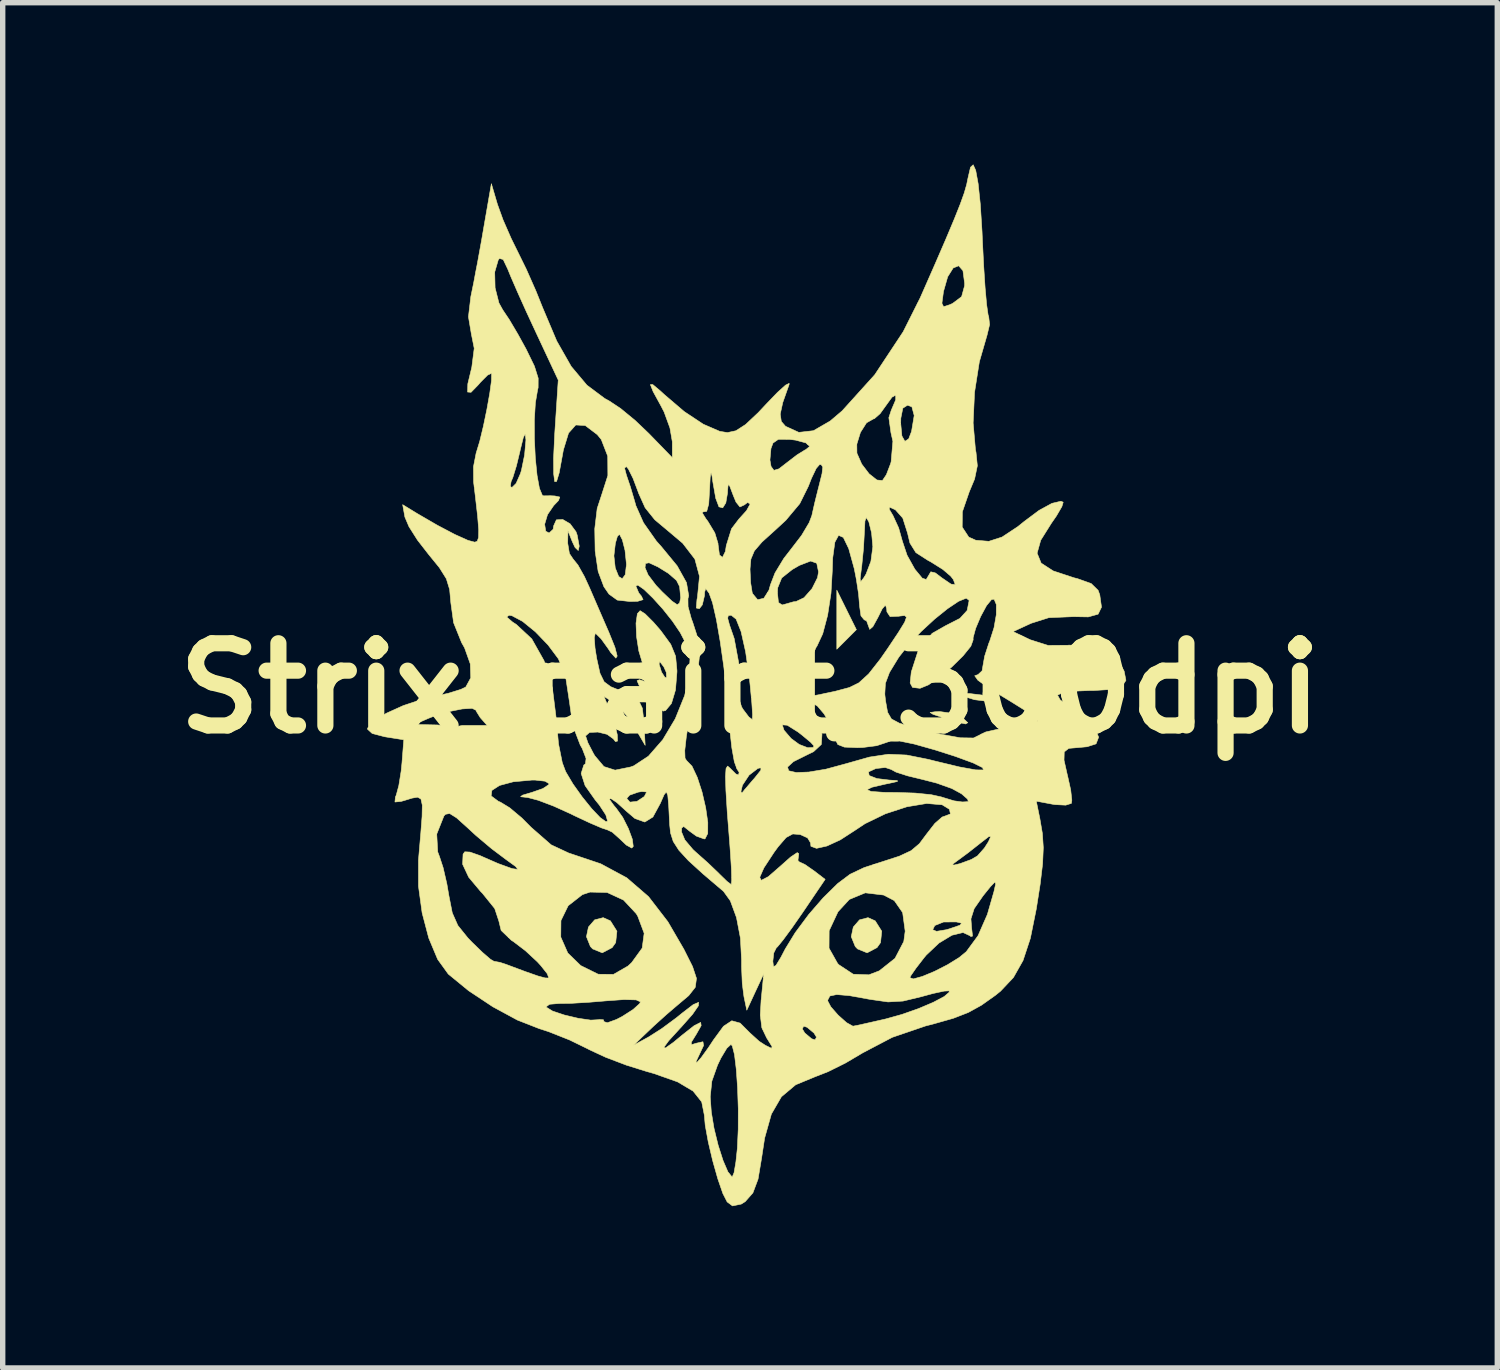
<source format=kicad_pcb>
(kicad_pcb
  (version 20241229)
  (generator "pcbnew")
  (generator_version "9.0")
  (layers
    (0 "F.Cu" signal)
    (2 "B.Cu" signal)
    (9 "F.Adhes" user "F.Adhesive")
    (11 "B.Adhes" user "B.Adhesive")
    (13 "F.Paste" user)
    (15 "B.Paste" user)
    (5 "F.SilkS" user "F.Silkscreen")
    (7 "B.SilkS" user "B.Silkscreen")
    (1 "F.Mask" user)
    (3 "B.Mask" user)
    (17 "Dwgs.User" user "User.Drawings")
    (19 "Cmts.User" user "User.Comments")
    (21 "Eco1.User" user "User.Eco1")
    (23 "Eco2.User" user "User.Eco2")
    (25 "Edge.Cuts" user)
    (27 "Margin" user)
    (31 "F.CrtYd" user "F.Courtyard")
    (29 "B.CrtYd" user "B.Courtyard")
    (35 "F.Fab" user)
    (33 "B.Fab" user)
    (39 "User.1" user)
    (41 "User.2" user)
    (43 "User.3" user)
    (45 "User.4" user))
  (footprint "Strix_paint_300dpi"
    (layer "F.Cu")
    (at 10.857 9.712)
    (property "Reference" "Strix_paint_300dpi" (at 0 0 0) (layer "F.SilkS") (effects (font (size 1.524 1.524) (thickness 0.3))))
    (attr through_hole board_only exclude_from_pos_files exclude_from_bom allow_missing_courtyard)
    (fp_poly (pts (xy 1.79 -1.454) (xy 1.972 -1.087) (xy 1.609 -0.724) (xy 1.609 -1.272) (xy 1.609 -1.82) (xy 1.79 -1.454)) (stroke (width 0.01) (type solid)) (fill yes) (layer "F.SilkS"))
    (fp_poly (pts (xy 3.762 0.466) (xy 3.942 0.548) (xy 4.038 0.638) (xy 3.997 0.662) (xy 3.81 0.619) (xy 3.598 0.553) (xy 3.393 0.483) (xy 3.339 0.449) (xy 3.425 0.436) (xy 3.519 0.432) (xy 3.762 0.466)) (stroke (width 0.01) (type solid)) (fill yes) (layer "F.SilkS"))
    (fp_poly (pts (xy 4.304 0.126) (xy 4.445 0.169) (xy 4.551 0.222) (xy 4.505 0.24) (xy 4.403 0.242) (xy 4.163 0.212) (xy 4.022 0.169) (xy 3.915 0.116) (xy 3.961 0.098) (xy 4.064 0.097) (xy 4.304 0.126)) (stroke (width 0.01) (type solid)) (fill yes) (layer "F.SilkS"))
    (fp_poly (pts (xy -2.589 4.312) (xy -2.468 4.504) (xy -2.491 4.716) (xy -2.557 4.809) (xy -2.74 4.905) (xy -2.917 4.833) (xy -2.96 4.788) (xy -3.033 4.606) (xy -2.996 4.427) (xy -2.881 4.294) (xy -2.722 4.253) (xy -2.589 4.312)) (stroke (width 0.01) (type solid)) (fill yes) (layer "F.SilkS"))
    (fp_poly (pts (xy 2.321 4.312) (xy 2.442 4.504) (xy 2.42 4.716) (xy 2.354 4.809) (xy 2.171 4.905) (xy 1.994 4.833) (xy 1.951 4.788) (xy 1.877 4.606) (xy 1.915 4.427) (xy 2.03 4.294) (xy 2.188 4.253) (xy 2.321 4.312)) (stroke (width 0.01) (type solid)) (fill yes) (layer "F.SilkS"))
    (fp_poly (pts (xy -1.945 -1.379) (xy -1.788 -1.222) (xy -1.657 -1.071) (xy -1.47 -0.815) (xy -1.38 -0.595) (xy -1.355 -0.33) (xy -1.355 -0.303) (xy -1.382 0.032) (xy -1.457 0.282) (xy -1.566 0.413) (xy -1.612 0.423) (xy -1.684 0.355) (xy -1.693 0.296) (xy -1.76 0.184) (xy -1.817 0.169) (xy -1.95 0.102) (xy -2.039 -0.013) (xy -2.095 -0.141) (xy -2.049 -0.159) (xy -2 -0.142) (xy -1.902 -0.111) (xy -1.873 -0.139) (xy -1.911 -0.262) (xy -1.989 -0.451) (xy -1.687 -0.451) (xy -1.641 -0.3) (xy -1.578 -0.202) (xy -1.548 -0.202) (xy -1.553 -0.296) (xy -1.598 -0.396) (xy -1.673 -0.495) (xy -1.687 -0.451) (xy -1.989 -0.451) (xy -1.99 -0.453) (xy -2.062 -0.691) (xy -2.104 -0.959) (xy -2.114 -1.206) (xy -2.089 -1.383) (xy -2.038 -1.439) (xy -1.945 -1.379)) (stroke (width 0.01) (type solid)) (fill yes) (layer "F.SilkS"))
    (fp_poly (pts (xy 4.185 -9.602) (xy 4.23 -9.355) (xy 4.27 -8.973) (xy 4.302 -8.467) (xy 4.31 -8.281) (xy 4.333 -7.825) (xy 4.359 -7.425) (xy 4.387 -7.115) (xy 4.414 -6.926) (xy 4.426 -6.886) (xy 4.442 -6.743) (xy 4.395 -6.548) (xy 4.252 -6.054) (xy 4.163 -5.487) (xy 4.137 -4.919) (xy 4.18 -4.423) (xy 4.19 -4.376) (xy 4.215 -4.126) (xy 4.164 -3.88) (xy 4.065 -3.643) (xy 3.937 -3.272) (xy 3.934 -2.989) (xy 4.056 -2.803) (xy 4.186 -2.745) (xy 4.428 -2.725) (xy 4.673 -2.804) (xy 4.965 -2.997) (xy 5.08 -3.09) (xy 5.358 -3.298) (xy 5.598 -3.429) (xy 5.764 -3.468) (xy 5.807 -3.45) (xy 5.782 -3.368) (xy 5.681 -3.195) (xy 5.589 -3.062) (xy 5.39 -2.745) (xy 5.323 -2.505) (xy 5.398 -2.321) (xy 5.622 -2.176) (xy 6.006 -2.049) (xy 6.074 -2.032) (xy 6.326 -1.942) (xy 6.454 -1.817) (xy 6.485 -1.733) (xy 6.517 -1.504) (xy 6.454 -1.374) (xy 6.271 -1.323) (xy 5.998 -1.328) (xy 5.54 -1.309) (xy 5.212 -1.205) (xy 4.878 -1.051) (xy 5.197 -0.899) (xy 5.526 -0.795) (xy 5.894 -0.798) (xy 5.912 -0.8) (xy 6.294 -0.788) (xy 6.627 -0.663) (xy 6.868 -0.445) (xy 6.937 -0.317) (xy 6.97 -0.147) (xy 6.899 -0.038) (xy 6.705 0.021) (xy 6.366 0.042) (xy 6.29 0.042) (xy 6.002 0.054) (xy 5.79 0.085) (xy 5.702 0.127) (xy 5.751 0.215) (xy 5.909 0.335) (xy 5.988 0.381) (xy 6.226 0.546) (xy 6.392 0.734) (xy 6.464 0.907) (xy 6.417 1.028) (xy 6.409 1.033) (xy 6.25 1.084) (xy 6.089 1.099) (xy 5.91 1.114) (xy 5.826 1.18) (xy 5.822 1.333) (xy 5.884 1.609) (xy 5.889 1.628) (xy 5.946 1.885) (xy 5.967 2.075) (xy 5.959 2.134) (xy 5.854 2.167) (xy 5.654 2.157) (xy 5.611 2.15) (xy 5.308 2.093) (xy 5.375 2.422) (xy 5.421 2.693) (xy 5.438 2.955) (xy 5.425 3.253) (xy 5.38 3.631) (xy 5.308 4.091) (xy 5.198 4.636) (xy 5.062 5.048) (xy 4.884 5.363) (xy 4.645 5.616) (xy 4.55 5.693) (xy 4.289 5.878) (xy 4.048 6.011) (xy 3.77 6.119) (xy 3.4 6.224) (xy 3.256 6.261) (xy 2.638 6.472) (xy 2.091 6.759) (xy 1.771 6.948) (xy 1.447 7.109) (xy 1.204 7.204) (xy 0.846 7.352) (xy 0.582 7.574) (xy 0.396 7.895) (xy 0.271 8.339) (xy 0.214 8.714) (xy 0.149 9.101) (xy 0.053 9.357) (xy -0.089 9.518) (xy -0.162 9.564) (xy -0.325 9.598) (xy -0.424 9.524) (xy -0.504 9.367) (xy -0.598 9.094) (xy -0.693 8.758) (xy -0.775 8.41) (xy -0.831 8.102) (xy -0.847 7.916) (xy -0.896 7.67) (xy -0.972 7.574) (xy -0.738 7.574) (xy -0.718 7.857) (xy -0.668 8.158) (xy -0.591 8.473) (xy -0.5 8.757) (xy -0.41 8.966) (xy -0.336 9.058) (xy -0.329 9.059) (xy -0.296 8.982) (xy -0.262 8.782) (xy -0.235 8.53) (xy -0.219 8.18) (xy -0.218 7.795) (xy -0.231 7.411) (xy -0.255 7.065) (xy -0.288 6.793) (xy -0.329 6.632) (xy -0.354 6.604) (xy -0.431 6.675) (xy -0.539 6.855) (xy -0.603 6.989) (xy -0.708 7.285) (xy -0.738 7.574) (xy -0.972 7.574) (xy -1.056 7.469) (xy -1.344 7.298) (xy -1.78 7.144) (xy -1.905 7.109) (xy -2.293 6.988) (xy -2.679 6.841) (xy -2.985 6.699) (xy -3.006 6.687) (xy -3.346 6.521) (xy -3.732 6.368) (xy -3.911 6.31) (xy -4.314 6.152) (xy -4.77 5.905) (xy -3.779 5.905) (xy -3.775 5.915) (xy -3.662 5.985) (xy -3.444 6.058) (xy -3.187 6.119) (xy -2.953 6.153) (xy -2.806 6.145) (xy -2.798 6.141) (xy -2.717 6.147) (xy -2.709 6.181) (xy -2.645 6.202) (xy -2.477 6.141) (xy -2.371 6.086) (xy -2.168 5.956) (xy -2.047 5.847) (xy -2.032 5.814) (xy -2.112 5.778) (xy -2.335 5.772) (xy -2.646 5.794) (xy -2.997 5.823) (xy -3.321 5.842) (xy -3.542 5.845) (xy -3.717 5.859) (xy -3.779 5.905) (xy -4.77 5.905) (xy -4.77 5.905) (xy -5.218 5.608) (xy -5.595 5.299) (xy -5.792 5.026) (xy -5.957 4.632) (xy -6.08 4.164) (xy -6.148 3.667) (xy -6.148 3.189) (xy -6.107 2.71) (xy -6.106 2.703) (xy -5.809 2.703) (xy -5.791 3.034) (xy -5.759 3.118) (xy -5.69 3.328) (xy -5.621 3.628) (xy -5.584 3.844) (xy -5.521 4.164) (xy -5.417 4.399) (xy -5.231 4.63) (xy -5.156 4.708) (xy -4.959 4.899) (xy -4.81 5.027) (xy -4.749 5.062) (xy -4.638 5.082) (xy -4.53 5.117) (xy -4.166 5.253) (xy -3.932 5.335) (xy -3.799 5.371) (xy -3.739 5.372) (xy -3.732 5.367) (xy -3.761 5.291) (xy -3.88 5.141) (xy -3.943 5.072) (xy -4.164 4.867) (xy -4.388 4.696) (xy -4.424 4.674) (xy -4.487 4.613) (xy -3.509 4.613) (xy -3.379 4.909) (xy -3.139 5.142) (xy -2.815 5.302) (xy -2.532 5.305) (xy -2.263 5.15) (xy -2.195 5.087) (xy -2 4.818) (xy -1.963 4.543) (xy -2.081 4.228) (xy -2.11 4.179) (xy -2.345 3.927) (xy -2.648 3.787) (xy -2.966 3.779) (xy -3.108 3.826) (xy -3.372 4.032) (xy -3.506 4.307) (xy -3.509 4.613) (xy -4.487 4.613) (xy -4.615 4.49) (xy -4.657 4.317) (xy -4.734 4.084) (xy -4.963 3.8) (xy -4.995 3.768) (xy -5.216 3.504) (xy -5.329 3.263) (xy -5.321 3.076) (xy -5.289 3.032) (xy -5.193 3.037) (xy -5.005 3.103) (xy -4.929 3.137) (xy -4.67 3.25) (xy -4.436 3.335) (xy -4.403 3.345) (xy -4.308 3.358) (xy -4.344 3.306) (xy -4.519 3.179) (xy -4.53 3.171) (xy -4.792 2.974) (xy -5.085 2.727) (xy -5.231 2.592) (xy -5.442 2.402) (xy -5.57 2.322) (xy -5.649 2.337) (xy -5.677 2.371) (xy -5.809 2.703) (xy -6.106 2.703) (xy -6.081 2.377) (xy -6.077 2.166) (xy -6.102 2.054) (xy -6.163 2.019) (xy -6.267 2.037) (xy -6.42 2.084) (xy -6.47 2.098) (xy -6.584 2.109) (xy -6.575 2.015) (xy -6.566 1.996) (xy -4.8 1.996) (xy -4.666 2.096) (xy -4.627 2.112) (xy -4.455 2.217) (xy -4.23 2.406) (xy -4.059 2.578) (xy -3.687 2.903) (xy -3.364 3.054) (xy -2.769 3.254) (xy -2.286 3.514) (xy -1.882 3.863) (xy -1.523 4.329) (xy -1.227 4.838) (xy -1.066 5.159) (xy -0.993 5.379) (xy -1.015 5.544) (xy -1.137 5.699) (xy -1.355 5.883) (xy -1.549 6.049) (xy -1.784 6.261) (xy -1.863 6.336) (xy -2.159 6.618) (xy -1.876 6.463) (xy -1.636 6.31) (xy -1.363 6.108) (xy -1.262 6.026) (xy -1.054 5.866) (xy -0.953 5.823) (xy -0.957 5.887) (xy -1.065 6.044) (xy -1.276 6.283) (xy -1.298 6.306) (xy -1.508 6.536) (xy -1.598 6.659) (xy -1.568 6.67) (xy -1.42 6.565) (xy -1.267 6.438) (xy -1.036 6.256) (xy -0.915 6.195) (xy -0.906 6.255) (xy -0.993 6.409) (xy -1.088 6.563) (xy -1.087 6.609) (xy -0.995 6.581) (xy -0.873 6.554) (xy -0.861 6.623) (xy -0.934 6.779) (xy -1.001 6.922) (xy -0.987 6.94) (xy -0.905 6.848) (xy -0.769 6.659) (xy -0.678 6.521) (xy -0.492 6.267) (xy -0.338 6.165) (xy -0.184 6.208) (xy -0.001 6.391) (xy -0.000001 6.392) (xy 0.17 6.546) (xy 0.286 6.621) (xy 0.399 6.676) (xy 0.409 6.645) (xy 0.321 6.502) (xy 0.309 6.484) (xy 0.229 6.316) (xy 0.969 6.316) (xy 1.016 6.392) (xy 1.143 6.499) (xy 1.206 6.519) (xy 1.232 6.468) (xy 1.185 6.392) (xy 1.058 6.286) (xy 0.995 6.265) (xy 0.969 6.316) (xy 0.229 6.316) (xy 0.219 6.295) (xy 0.19 6.06) (xy 0.205 5.794) (xy 1.439 5.794) (xy 1.498 5.906) (xy 1.634 6.061) (xy 1.79 6.2) (xy 1.907 6.265) (xy 1.911 6.265) (xy 2 6.248) (xy 2.21 6.201) (xy 2.496 6.136) (xy 2.514 6.132) (xy 2.818 6.047) (xy 3.125 5.939) (xy 3.398 5.823) (xy 3.6 5.716) (xy 3.694 5.635) (xy 3.691 5.61) (xy 3.599 5.615) (xy 3.394 5.659) (xy 3.173 5.719) (xy 2.837 5.8) (xy 2.558 5.816) (xy 2.236 5.77) (xy 2.218 5.767) (xy 1.843 5.699) (xy 1.606 5.679) (xy 1.48 5.706) (xy 1.44 5.783) (xy 1.439 5.794) (xy 0.205 5.794) (xy 0.207 5.773) (xy 0.247 5.366) (xy 2.963 5.366) (xy 3.028 5.389) (xy 3.195 5.343) (xy 3.421 5.249) (xy 3.662 5.126) (xy 3.876 4.994) (xy 4.01 4.884) (xy 4.228 4.587) (xy 4.401 4.193) (xy 4.523 3.769) (xy 4.555 3.626) (xy 4.54 3.593) (xy 4.458 3.678) (xy 4.321 3.848) (xy 4.156 4.086) (xy 4.096 4.275) (xy 4.108 4.44) (xy 4.126 4.595) (xy 4.093 4.604) (xy 4.085 4.592) (xy 3.95 4.529) (xy 3.744 4.579) (xy 3.504 4.724) (xy 3.268 4.947) (xy 3.228 4.995) (xy 3.076 5.192) (xy 2.98 5.331) (xy 2.963 5.366) (xy 0.247 5.366) (xy 0.255 5.292) (xy 0.097 5.63) (xy -0.06 5.969) (xy -0.113 5.715) (xy -0.144 5.474) (xy -0.157 5.164) (xy -0.157 5.038) (xy -0.178 4.633) (xy -0.251 4.251) (xy -0.365 3.941) (xy -0.491 3.766) (xy -0.874 3.44) (xy -1.144 3.194) (xy -1.32 3.002) (xy -1.424 2.84) (xy -1.474 2.682) (xy -1.49 2.529) (xy -1.508 2.181) (xy -1.525 1.985) (xy -1.551 1.921) (xy -1.593 1.973) (xy -1.658 2.121) (xy -1.662 2.131) (xy -1.801 2.387) (xy -1.951 2.48) (xy -2.134 2.415) (xy -2.289 2.283) (xy -2.471 2.118) (xy -2.584 2.042) (xy -2.286 2.042) (xy -2.227 2.111) (xy -2.096 2.097) (xy -1.963 2.009) (xy -1.957 2.001) (xy -1.916 1.923) (xy -2.005 1.915) (xy -2.074 1.926) (xy -2.233 1.982) (xy -2.286 2.042) (xy -2.584 2.042) (xy -2.584 2.042) (xy -2.607 2.059) (xy -2.523 2.175) (xy -2.482 2.223) (xy -2.361 2.392) (xy -2.256 2.6) (xy -2.183 2.797) (xy -2.165 2.932) (xy -2.193 2.963) (xy -2.294 2.907) (xy -2.413 2.794) (xy -2.554 2.668) (xy -2.645 2.625) (xy -2.754 2.589) (xy -2.971 2.496) (xy -3.255 2.363) (xy -3.325 2.328) (xy -3.641 2.185) (xy -3.926 2.077) (xy -4.123 2.025) (xy -4.144 2.023) (xy -4.254 2.011) (xy -4.219 1.982) (xy -4.043 1.93) (xy -3.84 1.859) (xy -3.731 1.786) (xy -3.725 1.77) (xy -3.8 1.723) (xy -3.985 1.702) (xy -4.043 1.702) (xy -4.391 1.734) (xy -4.645 1.802) (xy -4.787 1.894) (xy -4.8 1.996) (xy -6.566 1.996) (xy -6.56 1.982) (xy -6.512 1.804) (xy -6.469 1.536) (xy -6.454 1.388) (xy -6.42 0.955) (xy -6.773 0.899) (xy -7.006 0.838) (xy -7.093 0.758) (xy -7.091 0.739) (xy -7.032 0.671) (xy -6.223 0.671) (xy -5.8 0.68) (xy -5.478 0.711) (xy -5.171 0.774) (xy -5.08 0.804) (xy -4.824 0.896) (xy -4.711 0.911) (xy -4.729 0.847) (xy -4.857 0.708) (xy -5.003 0.543) (xy -5.078 0.422) (xy -5.08 0.408) (xy -5.152 0.372) (xy -5.336 0.383) (xy -5.585 0.433) (xy -5.85 0.513) (xy -5.969 0.56) (xy -6.223 0.671) (xy -7.032 0.671) (xy -6.978 0.609) (xy -6.743 0.463) (xy -6.429 0.321) (xy -6.08 0.205) (xy -5.873 0.156) (xy -5.588 0.091) (xy -5.363 0.021) (xy -5.271 -0.023) (xy -5.178 -0.194) (xy -5.187 -0.452) (xy -5.293 -0.75) (xy -5.348 -0.847) (xy -5.497 -1.217) (xy -5.511 -1.321) (xy -4.511 -1.321) (xy -4.403 -1.228) (xy -4.333 -1.183) (xy -4.047 -0.916) (xy -3.82 -0.513) (xy -3.664 -0.002) (xy -3.59 0.59) (xy -3.59 0.602) (xy -3.551 1.031) (xy -3.481 1.38) (xy -3.419 1.545) (xy -3.283 1.774) (xy -3.112 2.014) (xy -2.935 2.233) (xy -2.779 2.397) (xy -2.672 2.474) (xy -2.641 2.463) (xy -2.674 2.348) (xy -2.793 2.166) (xy -2.871 2.07) (xy -3.058 1.805) (xy -3.131 1.579) (xy -3.082 1.423) (xy -3.052 1.4) (xy -3.04 1.302) (xy -3.111 1.117) (xy -3.148 1.052) (xy -3.286 0.692) (xy -3.349 0.248) (xy -3.422 -0.233) (xy -3.553 -0.546) (xy -3.745 -0.803) (xy -3.98 -1.047) (xy -4.217 -1.24) (xy -4.414 -1.345) (xy -4.469 -1.354) (xy -4.511 -1.321) (xy -5.511 -1.321) (xy -5.547 -1.581) (xy -5.57 -1.832) (xy -5.631 -2.031) (xy -5.76 -2.237) (xy -5.961 -2.484) (xy -6.167 -2.749) (xy -6.324 -2.997) (xy -6.4 -3.176) (xy -6.4 -3.177) (xy -6.441 -3.405) (xy -6.163 -3.235) (xy -5.796 -3.022) (xy -5.473 -2.852) (xy -5.228 -2.742) (xy -5.104 -2.709) (xy -5.058 -2.726) (xy -5.034 -2.795) (xy -5.031 -2.94) (xy -5.051 -3.188) (xy -5.094 -3.564) (xy -5.115 -3.739) (xy -4.445 -3.739) (xy -4.412 -3.725) (xy -4.337 -3.799) (xy -4.257 -3.981) (xy -4.238 -4.043) (xy -4.18 -4.327) (xy -4.156 -4.594) (xy -4.156 -4.614) (xy -4.17 -4.712) (xy -4.203 -4.652) (xy -4.258 -4.431) (xy -4.264 -4.403) (xy -4.331 -4.126) (xy -4.397 -3.911) (xy -4.431 -3.831) (xy -4.445 -3.739) (xy -5.115 -3.739) (xy -5.126 -3.825) (xy -5.128 -4.107) (xy -5.078 -4.364) (xy -5.074 -4.375) (xy -5.012 -4.579) (xy -4.944 -4.86) (xy -4.879 -5.173) (xy -4.826 -5.47) (xy -4.794 -5.704) (xy -4.792 -5.831) (xy -4.796 -5.839) (xy -4.867 -5.806) (xy -4.997 -5.675) (xy -5.038 -5.627) (xy -5.173 -5.488) (xy -5.237 -5.493) (xy -5.233 -5.644) (xy -5.16 -5.948) (xy -5.159 -5.952) (xy -5.114 -6.303) (xy -5.167 -6.568) (xy -5.221 -6.888) (xy -5.177 -7.262) (xy -5.123 -7.524) (xy -5.087 -7.718) (xy -4.734 -7.718) (xy -4.727 -7.425) (xy -4.656 -7.145) (xy -4.586 -7.018) (xy -4.466 -6.839) (xy -4.306 -6.569) (xy -4.152 -6.289) (xy -3.998 -5.973) (xy -3.928 -5.75) (xy -3.929 -5.574) (xy -3.94 -5.527) (xy -3.98 -5.292) (xy -3.999 -4.978) (xy -3.998 -4.624) (xy -3.981 -4.268) (xy -3.949 -3.949) (xy -3.905 -3.707) (xy -3.851 -3.578) (xy -3.826 -3.568) (xy -3.699 -3.57) (xy -3.619 -3.566) (xy -3.527 -3.546) (xy -3.551 -3.481) (xy -3.641 -3.387) (xy -3.755 -3.22) (xy -3.808 -3.042) (xy -3.788 -2.912) (xy -3.725 -2.879) (xy -3.651 -2.948) (xy -3.641 -3.012) (xy -3.591 -3.123) (xy -3.473 -3.13) (xy -3.336 -3.05) (xy -3.227 -2.903) (xy -3.205 -2.841) (xy -3.167 -2.636) (xy -3.185 -2.554) (xy -3.245 -2.612) (xy -3.295 -2.718) (xy -3.376 -2.921) (xy -3.381 -2.692) (xy -3.349 -2.499) (xy -3.28 -2.396) (xy -3.191 -2.286) (xy -3.07 -2.07) (xy -2.975 -1.863) (xy -2.831 -1.53) (xy -2.685 -1.193) (xy -2.616 -1.035) (xy -2.505 -0.76) (xy -2.463 -0.597) (xy -2.488 -0.559) (xy -2.58 -0.659) (xy -2.634 -0.741) (xy -2.761 -0.917) (xy -2.856 -1.011) (xy -2.869 -1.016) (xy -2.888 -0.941) (xy -2.874 -0.747) (xy -2.843 -0.553) (xy -2.782 -0.278) (xy -2.705 -0.12) (xy -2.582 -0.029) (xy -2.501 0.004) (xy -2.223 0.115) (xy -2.068 0.222) (xy -1.996 0.37) (xy -1.969 0.607) (xy -1.967 0.644) (xy -1.944 1.058) (xy -2.136 0.729) (xy -2.299 0.494) (xy -2.472 0.309) (xy -2.519 0.274) (xy -2.709 0.149) (xy -2.582 0.453) (xy -2.504 0.675) (xy -2.461 0.863) (xy -2.457 0.979) (xy -2.496 0.988) (xy -2.534 0.938) (xy -2.65 0.854) (xy -2.821 0.812) (xy -2.976 0.819) (xy -3.048 0.882) (xy -3.048 0.886) (xy -3.006 1.011) (xy -2.905 1.206) (xy -2.88 1.249) (xy -2.709 1.452) (xy -2.502 1.518) (xy -2.217 1.46) (xy -2.156 1.438) (xy -1.884 1.259) (xy -1.618 0.954) (xy -1.386 0.565) (xy -1.212 0.134) (xy -1.127 -0.255) (xy -1.113 -0.553) (xy -1.17 -0.793) (xy -1.294 -1.032) (xy -1.437 -1.243) (xy -1.615 -1.467) (xy -1.801 -1.673) (xy -1.965 -1.832) (xy -2.08 -1.913) (xy -2.117 -1.896) (xy -2.063 -1.768) (xy -2.015 -1.71) (xy -1.983 -1.643) (xy -2.082 -1.613) (xy -2.228 -1.609) (xy -2.461 -1.635) (xy -2.615 -1.746) (xy -2.71 -1.884) (xy -2.816 -2.166) (xy -2.859 -2.456) (xy -2.524 -2.456) (xy -2.499 -2.231) (xy -2.435 -2.072) (xy -2.369 -2.032) (xy -2.314 -2.106) (xy -2.298 -2.237) (xy -1.947 -2.237) (xy -1.89 -2.103) (xy -1.744 -1.91) (xy -1.631 -1.791) (xy -1.447 -1.616) (xy -1.349 -1.549) (xy -1.306 -1.582) (xy -1.286 -1.677) (xy -1.306 -1.886) (xy -1.363 -2) (xy -1.514 -2.131) (xy -1.708 -2.251) (xy -1.873 -2.327) (xy -1.938 -2.314) (xy -1.947 -2.237) (xy -2.298 -2.237) (xy -2.292 -2.286) (xy -2.292 -2.307) (xy -2.318 -2.558) (xy -2.367 -2.752) (xy -2.42 -2.855) (xy -2.459 -2.818) (xy -2.497 -2.688) (xy -2.524 -2.456) (xy -2.859 -2.456) (xy -2.872 -2.545) (xy -2.879 -2.957) (xy -2.834 -3.334) (xy -2.751 -3.587) (xy -2.636 -3.945) (xy -2.637 -4.085) (xy -2.327 -4.085) (xy -2.292 -3.952) (xy -2.219 -3.737) (xy -2.137 -3.46) (xy -2.117 -3.387) (xy -1.976 -3.07) (xy -1.736 -2.729) (xy -1.649 -2.632) (xy -1.351 -2.27) (xy -1.178 -1.959) (xy -1.137 -1.716) (xy -1.151 -1.662) (xy -1.149 -1.513) (xy -1.088 -1.29) (xy -1.064 -1.227) (xy -0.965 -0.921) (xy -0.937 -0.606) (xy -0.977 -0.222) (xy -1.013 -0.028) (xy -1.116 0.508) (xy -1.181 0.896) (xy -1.21 1.153) (xy -1.205 1.296) (xy -1.176 1.341) (xy -1.076 1.444) (xy -0.978 1.652) (xy -0.89 1.923) (xy -0.822 2.216) (xy -0.783 2.486) (xy -0.784 2.692) (xy -0.834 2.791) (xy -0.85 2.794) (xy -0.995 2.741) (xy -1.115 2.654) (xy -1.23 2.562) (xy -1.267 2.59) (xy -1.27 2.664) (xy -1.209 2.811) (xy -1.058 2.99) (xy -1.007 3.037) (xy -0.784 3.235) (xy -0.583 3.427) (xy -0.562 3.449) (xy -0.426 3.581) (xy -0.348 3.639) (xy -0.348 3.639) (xy -0.34 3.562) (xy -0.341 3.505) (xy 0.18 3.505) (xy 0.208 3.561) (xy 0.339 3.493) (xy 0.563 3.298) (xy 0.752 3.13) (xy 0.875 3.047) (xy 0.905 3.067) (xy 0.904 3.069) (xy 0.888 3.193) (xy 0.913 3.219) (xy 1.017 3.267) (xy 1.181 3.381) (xy 1.183 3.382) (xy 1.393 3.543) (xy 0.972 4.164) (xy 0.777 4.444) (xy 0.614 4.665) (xy 0.509 4.794) (xy 0.488 4.812) (xy 0.44 4.908) (xy 0.423 5.062) (xy 0.435 5.16) (xy 0.48 5.14) (xy 0.572 4.989) (xy 0.656 4.828) (xy 0.662 4.819) (xy 1.465 4.819) (xy 1.624 5.102) (xy 1.647 5.126) (xy 1.914 5.302) (xy 2.204 5.313) (xy 2.397 5.239) (xy 2.688 5.008) (xy 2.851 4.695) (xy 2.877 4.503) (xy 2.873 4.477) (xy 3.387 4.477) (xy 3.458 4.507) (xy 3.644 4.476) (xy 3.704 4.458) (xy 3.89 4.394) (xy 3.926 4.357) (xy 3.825 4.332) (xy 3.825 4.332) (xy 3.587 4.334) (xy 3.426 4.399) (xy 3.387 4.477) (xy 2.873 4.477) (xy 2.83 4.16) (xy 2.675 3.937) (xy 2.478 3.834) (xy 2.137 3.793) (xy 1.842 3.915) (xy 1.631 4.144) (xy 1.467 4.495) (xy 1.465 4.819) (xy 0.662 4.819) (xy 0.837 4.533) (xy 1.088 4.195) (xy 1.354 3.888) (xy 1.355 3.887) (xy 1.624 3.622) (xy 1.854 3.449) (xy 2.113 3.326) (xy 2.28 3.271) (xy 3.744 3.271) (xy 3.787 3.277) (xy 3.895 3.251) (xy 4.102 3.175) (xy 4.217 3.108) (xy 4.346 2.962) (xy 4.42 2.846) (xy 4.464 2.748) (xy 4.426 2.751) (xy 4.283 2.861) (xy 4.257 2.882) (xy 4.045 3.049) (xy 3.861 3.185) (xy 3.843 3.198) (xy 3.744 3.271) (xy 2.28 3.271) (xy 2.436 3.221) (xy 2.769 3.113) (xy 2.987 3.011) (xy 3.14 2.882) (xy 3.272 2.705) (xy 3.426 2.507) (xy 3.563 2.387) (xy 3.61 2.371) (xy 3.716 2.33) (xy 3.697 2.243) (xy 3.565 2.162) (xy 3.559 2.16) (xy 3.276 2.136) (xy 2.909 2.197) (xy 2.511 2.327) (xy 2.133 2.51) (xy 1.945 2.635) (xy 1.673 2.811) (xy 1.425 2.925) (xy 1.233 2.968) (xy 1.129 2.93) (xy 1.122 2.865) (xy 1.067 2.774) (xy 0.931 2.712) (xy 0.793 2.701) (xy 0.67 2.767) (xy 0.521 2.939) (xy 0.445 3.043) (xy 0.257 3.33) (xy 0.18 3.505) (xy -0.341 3.505) (xy -0.345 3.353) (xy -0.364 3.049) (xy -0.378 2.857) (xy -0.422 2.304) (xy -0.446 1.914) (xy -0.169 1.914) (xy -0.15 1.943) (xy -0.148 1.94) (xy -0.101 1.881) (xy 2.17 1.881) (xy 2.245 1.913) (xy 2.486 1.93) (xy 2.722 1.932) (xy 3.061 1.943) (xy 3.359 1.973) (xy 3.553 2.016) (xy 3.556 2.018) (xy 3.783 2.087) (xy 3.937 2.108) (xy 4.048 2.102) (xy 4.034 2.055) (xy 3.922 1.957) (xy 3.743 1.859) (xy 3.463 1.759) (xy 3.203 1.692) (xy 2.919 1.623) (xy 2.706 1.554) (xy 2.617 1.505) (xy 2.507 1.469) (xy 2.333 1.488) (xy 2.197 1.55) (xy 2.209 1.618) (xy 2.352 1.674) (xy 2.582 1.702) (xy 2.731 1.711) (xy 2.733 1.728) (xy 2.579 1.763) (xy 2.518 1.775) (xy 2.26 1.835) (xy 2.17 1.881) (xy -0.101 1.881) (xy -0.083 1.86) (xy 0.049 1.705) (xy 0.083 1.667) (xy 0.201 1.519) (xy 0.201 1.472) (xy 0.144 1.487) (xy -0.017 1.61) (xy -0.141 1.798) (xy -0.169 1.914) (xy -0.446 1.914) (xy -0.447 1.902) (xy -0.455 1.636) (xy -0.445 1.488) (xy -0.416 1.442) (xy -0.372 1.48) (xy -0.262 1.589) (xy -0.213 1.609) (xy -0.202 1.557) (xy -0.244 1.494) (xy -0.255 1.461) (xy 0.695 1.461) (xy 0.718 1.53) (xy 0.856 1.562) (xy 1.091 1.553) (xy 1.407 1.5) (xy 1.778 1.399) (xy 2.212 1.276) (xy 2.565 1.223) (xy 2.905 1.238) (xy 3.305 1.318) (xy 3.427 1.349) (xy 3.885 1.459) (xy 4.185 1.513) (xy 4.328 1.515) (xy 4.312 1.471) (xy 4.139 1.385) (xy 3.807 1.263) (xy 3.431 1.143) (xy 3.041 1.033) (xy 2.777 0.979) (xy 2.609 0.976) (xy 2.522 1.007) (xy 2.348 1.065) (xy 2.089 1.098) (xy 1.989 1.101) (xy 1.75 1.091) (xy 1.628 1.043) (xy 1.571 0.926) (xy 1.555 0.853) (xy 1.486 0.665) (xy 1.372 0.474) (xy 1.248 0.328) (xy 1.149 0.273) (xy 1.128 0.283) (xy 1.136 0.377) (xy 1.208 0.553) (xy 1.221 0.581) (xy 1.334 0.855) (xy 1.322 1.042) (xy 1.178 1.176) (xy 1.064 1.231) (xy 0.805 1.36) (xy 0.695 1.461) (xy -0.255 1.461) (xy -0.291 1.363) (xy -0.337 1.107) (xy -0.375 0.771) (xy -0.383 0.678) (xy 0.598 0.678) (xy 0.63 0.777) (xy 0.762 0.931) (xy 0.912 1.041) (xy 1.069 1.102) (xy 1.172 1.097) (xy 1.185 1.068) (xy 1.125 1.002) (xy 0.971 0.874) (xy 0.889 0.81) (xy 0.69 0.685) (xy 0.598 0.678) (xy -0.383 0.678) (xy -0.39 0.584) (xy -0.43 0.1) (xy -0.486 -0.396) (xy -0.553 -0.866) (xy -0.624 -1.275) (xy -0.63 -1.301) (xy -0.415 -1.301) (xy -0.381 -1.175) (xy -0.296 -0.929) (xy -0.294 -0.924) (xy -0.203 -0.434) (xy -0.219 -0.194) (xy -0.233 0.114) (xy -0.155 0.347) (xy -0.13 0.389) (xy -0.022 0.532) (xy 0.041 0.579) (xy 0.043 0.578) (xy 0.047 0.487) (xy 0.033 0.268) (xy 0.023 0.164) (xy 1.02 0.164) (xy 1.293 0.117) (xy 1.322 0.11) (xy 2.499 0.11) (xy 2.513 0.234) (xy 2.551 0.446) (xy 2.622 0.569) (xy 2.771 0.648) (xy 2.996 0.715) (xy 3.52 0.849) (xy 3.899 0.918) (xy 4.144 0.922) (xy 4.266 0.862) (xy 4.269 0.858) (xy 4.371 0.81) (xy 4.591 0.76) (xy 4.824 0.727) (xy 5.092 0.686) (xy 5.277 0.64) (xy 5.334 0.603) (xy 5.266 0.531) (xy 5.087 0.403) (xy 4.831 0.243) (xy 4.781 0.213) (xy 4.428 -0.002) (xy 4.224 -0.15) (xy 4.166 -0.232) (xy 4.228 -0.254) (xy 4.303 -0.324) (xy 4.318 -0.413) (xy 4.35 -0.594) (xy 4.428 -0.835) (xy 4.445 -0.876) (xy 4.524 -1.122) (xy 4.566 -1.362) (xy 4.567 -1.553) (xy 4.526 -1.651) (xy 4.479 -1.646) (xy 4.385 -1.532) (xy 4.276 -1.33) (xy 4.183 -1.109) (xy 4.136 -0.936) (xy 4.137 -0.897) (xy 4.094 -0.779) (xy 3.95 -0.601) (xy 3.745 -0.399) (xy 3.518 -0.208) (xy 3.308 -0.063) (xy 3.155 -0.000419) (xy 3.146 0) (xy 3.013 -0.016) (xy 2.969 -0.098) (xy 2.989 -0.293) (xy 2.991 -0.305) (xy 3.125 -0.721) (xy 3.377 -1.018) (xy 3.626 -1.16) (xy 3.892 -1.296) (xy 4.026 -1.443) (xy 4.063 -1.629) (xy 4.01 -1.671) (xy 3.867 -1.613) (xy 3.663 -1.476) (xy 3.423 -1.283) (xy 3.176 -1.055) (xy 2.947 -0.815) (xy 2.765 -0.585) (xy 2.749 -0.561) (xy 2.586 -0.294) (xy 2.51 -0.092) (xy 2.499 0.11) (xy 1.322 0.11) (xy 1.582 0.055) (xy 1.844 -0.015) (xy 2.018 -0.101) (xy 2.2 -0.267) (xy 2.416 -0.542) (xy 2.553 -0.739) (xy 2.753 -1.039) (xy 2.867 -1.224) (xy 2.901 -1.319) (xy 2.867 -1.349) (xy 2.77 -1.338) (xy 2.762 -1.336) (xy 2.597 -1.329) (xy 2.538 -1.418) (xy 2.534 -1.472) (xy 2.512 -1.544) (xy 2.45 -1.471) (xy 2.371 -1.312) (xy 2.278 -1.143) (xy 2.219 -1.092) (xy 2.208 -1.122) (xy 2.162 -1.248) (xy 2.117 -1.27) (xy 2.057 -1.343) (xy 2.032 -1.518) (xy 2.013 -1.745) (xy 1.969 -2.034) (xy 2.042 -2.034) (xy 2.052 -1.975) (xy 2.108 -2.047) (xy 2.151 -2.117) (xy 2.241 -2.353) (xy 2.277 -2.624) (xy 2.277 -2.625) (xy 2.254 -2.88) (xy 2.203 -3.086) (xy 2.201 -3.09) (xy 2.155 -3.166) (xy 2.131 -3.101) (xy 2.122 -2.921) (xy 2.104 -2.594) (xy 2.071 -2.261) (xy 2.068 -2.244) (xy 2.042 -2.034) (xy 1.969 -2.034) (xy 1.966 -2.048) (xy 1.933 -2.216) (xy 1.83 -2.59) (xy 1.73 -2.797) (xy 1.642 -2.836) (xy 1.573 -2.709) (xy 1.533 -2.416) (xy 1.525 -2.175) (xy 1.501 -1.76) (xy 1.439 -1.355) (xy 1.348 -1.011) (xy 1.24 -0.779) (xy 1.227 -0.762) (xy 1.154 -0.604) (xy 1.091 -0.354) (xy 1.072 -0.235) (xy 1.02 0.164) (xy 0.023 0.164) (xy 0.004 -0.038) (xy -0.01 -0.17) (xy -0.082 -0.677) (xy -0.166 -1.051) (xy -0.258 -1.282) (xy -0.349 -1.355) (xy -0.402 -1.348) (xy -0.415 -1.301) (xy -0.63 -1.301) (xy -0.695 -1.586) (xy -0.759 -1.763) (xy -0.822 -1.849) (xy -0.842 -1.782) (xy -0.844 -1.719) (xy -0.885 -1.546) (xy -0.94 -1.476) (xy -0.996 -1.488) (xy -0.984 -1.643) (xy -0.975 -1.689) (xy -0.937 -2.075) (xy -0.971 -2.203) (xy 0 -2.203) (xy 0.011 -1.959) (xy 0.04 -1.777) (xy 0.046 -1.757) (xy 0.141 -1.642) (xy 0.256 -1.669) (xy 0.32 -1.77) (xy 0.508 -1.77) (xy 0.527 -1.59) (xy 0.596 -1.545) (xy 0.642 -1.557) (xy 0.803 -1.603) (xy 0.854 -1.609) (xy 1.001 -1.679) (xy 1.15 -1.848) (xy 1.252 -2.052) (xy 1.27 -2.159) (xy 1.237 -2.319) (xy 1.124 -2.359) (xy 0.916 -2.279) (xy 0.783 -2.202) (xy 0.587 -2.046) (xy 0.513 -1.863) (xy 0.508 -1.77) (xy 0.32 -1.77) (xy 0.351 -1.82) (xy 0.378 -1.918) (xy 0.463 -2.138) (xy 0.626 -2.407) (xy 0.765 -2.586) (xy 0.956 -2.835) (xy 1.097 -3.072) (xy 1.146 -3.201) (xy 1.172 -3.317) (xy 2.583 -3.317) (xy 2.651 -3.202) (xy 2.756 -2.973) (xy 2.824 -2.73) (xy 2.912 -2.467) (xy 3.056 -2.208) (xy 3.065 -2.197) (xy 3.194 -2.041) (xy 3.267 -2.017) (xy 3.303 -2.077) (xy 3.352 -2.16) (xy 3.438 -2.138) (xy 3.559 -2.046) (xy 3.728 -1.931) (xy 3.805 -1.922) (xy 3.77 -2.016) (xy 3.722 -2.078) (xy 3.576 -2.203) (xy 3.353 -2.343) (xy 3.294 -2.375) (xy 3.075 -2.516) (xy 2.965 -2.693) (xy 2.921 -2.877) (xy 2.832 -3.156) (xy 2.696 -3.309) (xy 2.583 -3.361) (xy 2.583 -3.317) (xy 1.172 -3.317) (xy 1.201 -3.444) (xy 1.27 -3.721) (xy 1.274 -3.735) (xy 1.335 -3.98) (xy 1.349 -4.104) (xy 1.319 -4.146) (xy 1.29 -4.149) (xy 1.227 -4.076) (xy 1.138 -3.89) (xy 1.081 -3.744) (xy 0.922 -3.423) (xy 0.664 -3.115) (xy 0.469 -2.935) (xy 0.222 -2.712) (xy 0.08 -2.547) (xy 0.016 -2.395) (xy 0.000021 -2.213) (xy 0 -2.203) (xy -0.971 -2.203) (xy -1.023 -2.396) (xy -1.249 -2.69) (xy -1.481 -2.886) (xy -1.766 -3.125) (xy -1.873 -3.258) (xy -0.889 -3.258) (xy -0.819 -3.145) (xy -0.782 -3.096) (xy -0.653 -2.882) (xy -0.593 -2.684) (xy -0.593 -2.67) (xy -0.567 -2.473) (xy -0.511 -2.427) (xy -0.457 -2.537) (xy -0.44 -2.648) (xy -0.343 -2.958) (xy -0.207 -3.137) (xy -0.065 -3.294) (xy -0.000413 -3.412) (xy 0 -3.418) (xy -0.045 -3.446) (xy -0.104 -3.401) (xy -0.187 -3.362) (xy -0.26 -3.453) (xy -0.31 -3.574) (xy -0.377 -3.751) (xy -0.406 -3.777) (xy -0.416 -3.661) (xy -0.417 -3.624) (xy -0.449 -3.437) (xy -0.506 -3.346) (xy -0.576 -3.364) (xy -0.636 -3.523) (xy -0.691 -3.835) (xy -0.705 -3.937) (xy -0.723 -3.997) (xy -0.739 -3.908) (xy -0.749 -3.699) (xy -0.766 -3.416) (xy -0.803 -3.281) (xy -0.865 -3.271) (xy -0.866 -3.272) (xy -0.889 -3.258) (xy -1.873 -3.258) (xy -1.945 -3.348) (xy -2.066 -3.617) (xy -2.076 -3.646) (xy -2.169 -3.892) (xy -2.255 -4.065) (xy -2.292 -4.11) (xy -2.327 -4.085) (xy -2.637 -4.085) (xy -2.638 -4.233) (xy 0.369 -4.233) (xy 0.39 -4.113) (xy 0.443 -4.041) (xy 0.536 -4.069) (xy 0.683 -4.183) (xy 0.872 -4.328) (xy 1.019 -4.419) (xy 1.034 -4.425) (xy 1.107 -4.486) (xy 1.062 -4.526) (xy 1.98 -4.526) (xy 1.982 -4.359) (xy 2.071 -4.157) (xy 2.208 -3.977) (xy 2.353 -3.862) (xy 2.455 -3.852) (xy 2.528 -3.96) (xy 2.605 -4.161) (xy 2.616 -4.198) (xy 2.649 -4.579) (xy 2.613 -4.739) (xy 2.589 -4.911) (xy 2.794 -4.911) (xy 2.816 -4.678) (xy 2.872 -4.579) (xy 2.942 -4.625) (xy 2.995 -4.763) (xy 3.044 -5.057) (xy 3.001 -5.218) (xy 2.921 -5.249) (xy 2.833 -5.193) (xy 2.796 -5.008) (xy 2.794 -4.911) (xy 2.589 -4.911) (xy 2.574 -5.017) (xy 2.618 -5.153) (xy 2.701 -5.348) (xy 2.701 -5.436) (xy 2.632 -5.397) (xy 2.541 -5.271) (xy 2.412 -5.092) (xy 2.306 -4.999) (xy 2.289 -4.995) (xy 2.16 -4.922) (xy 2.047 -4.744) (xy 1.98 -4.526) (xy 1.062 -4.526) (xy 1.036 -4.55) (xy 0.845 -4.601) (xy 0.733 -4.615) (xy 0.526 -4.616) (xy 0.426 -4.547) (xy 0.388 -4.445) (xy 0.369 -4.233) (xy -2.638 -4.233) (xy -2.639 -4.305) (xy -2.758 -4.612) (xy -2.832 -4.703) (xy -3.055 -4.872) (xy -3.231 -4.882) (xy -3.365 -4.732) (xy -3.461 -4.419) (xy -3.48 -4.313) (xy -3.539 -3.993) (xy -3.587 -3.835) (xy -3.622 -3.832) (xy -3.641 -3.977) (xy -3.643 -4.263) (xy -3.623 -4.683) (xy -3.621 -4.723) (xy -3.556 -5.715) (xy -3.972 -6.604) (xy -4.15 -6.988) (xy -4.31 -7.344) (xy -4.433 -7.627) (xy -4.493 -7.774) (xy -4.577 -7.95) (xy -4.646 -7.97) (xy -4.668 -7.943) (xy -4.734 -7.718) (xy -5.087 -7.718) (xy -5.053 -7.892) (xy -4.978 -8.305) (xy -4.943 -8.509) (xy -4.796 -9.356) (xy -4.684 -8.975) (xy -4.579 -8.684) (xy -4.428 -8.339) (xy -4.317 -8.114) (xy -4.148 -7.77) (xy -3.969 -7.365) (xy -3.845 -7.056) (xy -3.584 -6.439) (xy -3.316 -5.968) (xy -3.024 -5.62) (xy -2.692 -5.372) (xy -2.616 -5.331) (xy -2.401 -5.189) (xy -2.132 -4.968) (xy -1.877 -4.725) (xy -1.441 -4.276) (xy -1.441 -4.572) (xy -1.485 -4.827) (xy -1.593 -5.123) (xy -1.652 -5.237) (xy -1.797 -5.502) (xy -1.848 -5.631) (xy -1.804 -5.632) (xy -1.661 -5.512) (xy -1.587 -5.444) (xy -1.219 -5.13) (xy -0.866 -4.896) (xy -0.561 -4.764) (xy -0.419 -4.741) (xy -0.262 -4.775) (xy -0.082 -4.891) (xy 0.152 -5.111) (xy 0.302 -5.271) (xy 0.51 -5.487) (xy 0.659 -5.621) (xy 0.726 -5.654) (xy 0.724 -5.63) (xy 0.607 -5.299) (xy 0.56 -5.084) (xy 0.58 -4.948) (xy 0.658 -4.858) (xy 0.905 -4.745) (xy 1.176 -4.776) (xy 1.487 -4.956) (xy 1.708 -5.144) (xy 2.313 -5.814) (xy 2.84 -6.611) (xy 3.104 -7.138) (xy 3.558 -7.138) (xy 3.589 -7.075) (xy 3.706 -7.113) (xy 3.756 -7.136) (xy 3.923 -7.261) (xy 3.978 -7.462) (xy 3.979 -7.509) (xy 3.948 -7.743) (xy 3.869 -7.834) (xy 3.767 -7.793) (xy 3.665 -7.63) (xy 3.587 -7.357) (xy 3.584 -7.334) (xy 3.558 -7.138) (xy 3.104 -7.138) (xy 3.155 -7.239) (xy 3.425 -7.853) (xy 3.633 -8.333) (xy 3.788 -8.702) (xy 3.898 -8.978) (xy 3.972 -9.184) (xy 4.017 -9.341) (xy 4.04 -9.454) (xy 4.088 -9.661) (xy 4.138 -9.707) (xy 4.185 -9.602)) (stroke (width 0.01) (type solid)) (fill yes) (layer "F.SilkS")))
  (gr_rect
    (start -3 -3)
    (end 24.713 22.315)
    (stroke (width 0.1) (type default))
    (fill no)
    (layer "Edge.Cuts")))
</source>
